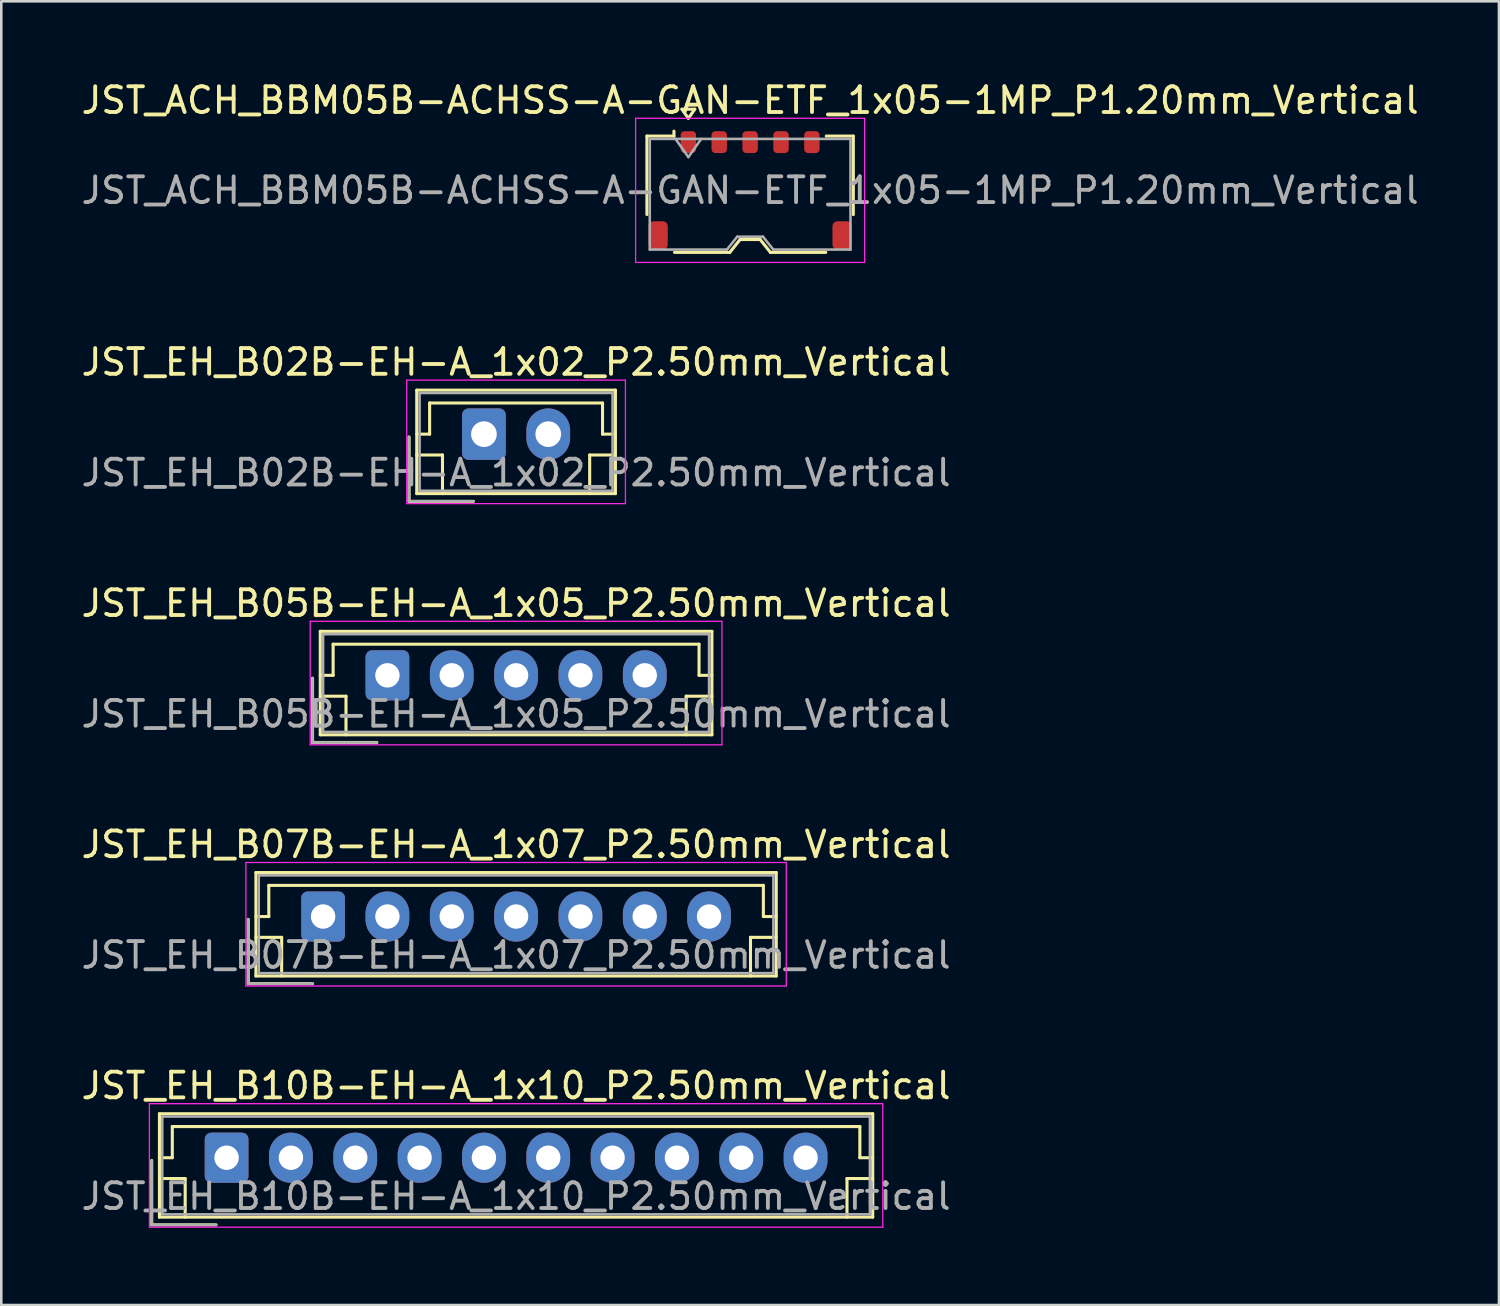
<source format=kicad_pcb>
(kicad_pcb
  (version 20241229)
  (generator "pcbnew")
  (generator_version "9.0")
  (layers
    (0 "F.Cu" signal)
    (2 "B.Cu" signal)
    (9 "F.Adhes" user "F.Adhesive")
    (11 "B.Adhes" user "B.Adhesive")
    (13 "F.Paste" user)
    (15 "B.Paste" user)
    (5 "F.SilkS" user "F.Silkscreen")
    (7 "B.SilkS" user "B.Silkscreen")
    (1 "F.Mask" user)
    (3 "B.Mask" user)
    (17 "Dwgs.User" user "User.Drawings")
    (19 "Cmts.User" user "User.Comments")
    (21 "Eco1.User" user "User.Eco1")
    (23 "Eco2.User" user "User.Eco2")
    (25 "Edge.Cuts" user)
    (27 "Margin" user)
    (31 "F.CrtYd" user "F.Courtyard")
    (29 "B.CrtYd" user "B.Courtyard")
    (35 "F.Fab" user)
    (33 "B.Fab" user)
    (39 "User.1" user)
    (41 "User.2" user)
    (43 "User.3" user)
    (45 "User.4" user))
  (footprint "JST_EH_B05B-EH-A_1x05_P2.50mm_Vertical"
    (layer "F.Cu")
    (at 12.006 23.195)
    (property "Reference" "JST_EH_B05B-EH-A_1x05_P2.50mm_Vertical" (at 5 -2.8 0) (layer "F.SilkS") (effects (font (size 1 1) (thickness 0.15))))
    (attr through_hole)
    (fp_line (start -2.91 0.11) (end -2.91 2.61) (stroke (width 0.12) (type solid)) (layer "F.SilkS"))
    (fp_line (start -2.91 2.61) (end -0.41 2.61) (stroke (width 0.12) (type solid)) (layer "F.SilkS"))
    (fp_line (start -2.61 -1.71) (end -2.61 2.31) (stroke (width 0.12) (type solid)) (layer "F.SilkS"))
    (fp_line (start -2.61 0) (end -2.11 0) (stroke (width 0.12) (type solid)) (layer "F.SilkS"))
    (fp_line (start -2.61 0.81) (end -1.61 0.81) (stroke (width 0.12) (type solid)) (layer "F.SilkS"))
    (fp_line (start -2.61 2.31) (end 12.61 2.31) (stroke (width 0.12) (type solid)) (layer "F.SilkS"))
    (fp_line (start -2.11 -1.21) (end 12.11 -1.21) (stroke (width 0.12) (type solid)) (layer "F.SilkS"))
    (fp_line (start -2.11 0) (end -2.11 -1.21) (stroke (width 0.12) (type solid)) (layer "F.SilkS"))
    (fp_line (start -1.61 0.81) (end -1.61 2.31) (stroke (width 0.12) (type solid)) (layer "F.SilkS"))
    (fp_line (start 11.61 0.81) (end 11.61 2.31) (stroke (width 0.12) (type solid)) (layer "F.SilkS"))
    (fp_line (start 12.11 -1.21) (end 12.11 0) (stroke (width 0.12) (type solid)) (layer "F.SilkS"))
    (fp_line (start 12.11 0) (end 12.61 0) (stroke (width 0.12) (type solid)) (layer "F.SilkS"))
    (fp_line (start 12.61 -1.71) (end -2.61 -1.71) (stroke (width 0.12) (type solid)) (layer "F.SilkS"))
    (fp_line (start 12.61 0.81) (end 11.61 0.81) (stroke (width 0.12) (type solid)) (layer "F.SilkS"))
    (fp_line (start 12.61 2.31) (end 12.61 -1.71) (stroke (width 0.12) (type solid)) (layer "F.SilkS"))
    (fp_line (start -3 -2.1) (end -3 2.7) (stroke (width 0.05) (type solid)) (layer "F.CrtYd"))
    (fp_line (start -3 2.7) (end 13 2.7) (stroke (width 0.05) (type solid)) (layer "F.CrtYd"))
    (fp_line (start 13 -2.1) (end -3 -2.1) (stroke (width 0.05) (type solid)) (layer "F.CrtYd"))
    (fp_line (start 13 2.7) (end 13 -2.1) (stroke (width 0.05) (type solid)) (layer "F.CrtYd"))
    (fp_line (start -2.91 0.11) (end -2.91 2.61) (stroke (width 0.1) (type solid)) (layer "F.Fab"))
    (fp_line (start -2.91 2.61) (end -0.41 2.61) (stroke (width 0.1) (type solid)) (layer "F.Fab"))
    (fp_line (start -2.5 -1.6) (end -2.5 2.2) (stroke (width 0.1) (type solid)) (layer "F.Fab"))
    (fp_line (start -2.5 2.2) (end 12.5 2.2) (stroke (width 0.1) (type solid)) (layer "F.Fab"))
    (fp_line (start 12.5 -1.6) (end -2.5 -1.6) (stroke (width 0.1) (type solid)) (layer "F.Fab"))
    (fp_line (start 12.5 2.2) (end 12.5 -1.6) (stroke (width 0.1) (type solid)) (layer "F.Fab"))
    (fp_text user "${REFERENCE}" (at 5 1.5 0) (layer "F.Fab") (effects (font (size 1 1) (thickness 0.15))))
    (pad "1" thru_hole roundrect (at 0 0) (size 1.7 1.95) (drill 0.95) (layers "*.Cu" "*.Mask") (roundrect_rratio 0.147))
    (pad "2" thru_hole oval (at 2.5 0) (size 1.7 1.95) (drill 0.95) (layers "*.Cu" "*.Mask"))
    (pad "3" thru_hole oval (at 5 0) (size 1.7 1.95) (drill 0.95) (layers "*.Cu" "*.Mask"))
    (pad "4" thru_hole oval (at 7.5 0) (size 1.7 1.95) (drill 0.95) (layers "*.Cu" "*.Mask"))
    (pad "5" thru_hole oval (at 10 0) (size 1.7 1.95) (drill 0.95) (layers "*.Cu" "*.Mask")))
  (footprint "JST_EH_B07B-EH-A_1x07_P2.50mm_Vertical"
    (layer "F.Cu")
    (at 9.506 32.568)
    (property "Reference" "JST_EH_B07B-EH-A_1x07_P2.50mm_Vertical" (at 7.5 -2.8 0) (layer "F.SilkS") (effects (font (size 1 1) (thickness 0.15))))
    (attr through_hole)
    (fp_line (start -2.91 0.11) (end -2.91 2.61) (stroke (width 0.12) (type solid)) (layer "F.SilkS"))
    (fp_line (start -2.91 2.61) (end -0.41 2.61) (stroke (width 0.12) (type solid)) (layer "F.SilkS"))
    (fp_line (start -2.61 -1.71) (end -2.61 2.31) (stroke (width 0.12) (type solid)) (layer "F.SilkS"))
    (fp_line (start -2.61 0) (end -2.11 0) (stroke (width 0.12) (type solid)) (layer "F.SilkS"))
    (fp_line (start -2.61 0.81) (end -1.61 0.81) (stroke (width 0.12) (type solid)) (layer "F.SilkS"))
    (fp_line (start -2.61 2.31) (end 17.61 2.31) (stroke (width 0.12) (type solid)) (layer "F.SilkS"))
    (fp_line (start -2.11 -1.21) (end 17.11 -1.21) (stroke (width 0.12) (type solid)) (layer "F.SilkS"))
    (fp_line (start -2.11 0) (end -2.11 -1.21) (stroke (width 0.12) (type solid)) (layer "F.SilkS"))
    (fp_line (start -1.61 0.81) (end -1.61 2.31) (stroke (width 0.12) (type solid)) (layer "F.SilkS"))
    (fp_line (start 16.61 0.81) (end 16.61 2.31) (stroke (width 0.12) (type solid)) (layer "F.SilkS"))
    (fp_line (start 17.11 -1.21) (end 17.11 0) (stroke (width 0.12) (type solid)) (layer "F.SilkS"))
    (fp_line (start 17.11 0) (end 17.61 0) (stroke (width 0.12) (type solid)) (layer "F.SilkS"))
    (fp_line (start 17.61 -1.71) (end -2.61 -1.71) (stroke (width 0.12) (type solid)) (layer "F.SilkS"))
    (fp_line (start 17.61 0.81) (end 16.61 0.81) (stroke (width 0.12) (type solid)) (layer "F.SilkS"))
    (fp_line (start 17.61 2.31) (end 17.61 -1.71) (stroke (width 0.12) (type solid)) (layer "F.SilkS"))
    (fp_line (start -3 -2.1) (end -3 2.7) (stroke (width 0.05) (type solid)) (layer "F.CrtYd"))
    (fp_line (start -3 2.7) (end 18 2.7) (stroke (width 0.05) (type solid)) (layer "F.CrtYd"))
    (fp_line (start 18 -2.1) (end -3 -2.1) (stroke (width 0.05) (type solid)) (layer "F.CrtYd"))
    (fp_line (start 18 2.7) (end 18 -2.1) (stroke (width 0.05) (type solid)) (layer "F.CrtYd"))
    (fp_line (start -2.91 0.11) (end -2.91 2.61) (stroke (width 0.1) (type solid)) (layer "F.Fab"))
    (fp_line (start -2.91 2.61) (end -0.41 2.61) (stroke (width 0.1) (type solid)) (layer "F.Fab"))
    (fp_line (start -2.5 -1.6) (end -2.5 2.2) (stroke (width 0.1) (type solid)) (layer "F.Fab"))
    (fp_line (start -2.5 2.2) (end 17.5 2.2) (stroke (width 0.1) (type solid)) (layer "F.Fab"))
    (fp_line (start 17.5 -1.6) (end -2.5 -1.6) (stroke (width 0.1) (type solid)) (layer "F.Fab"))
    (fp_line (start 17.5 2.2) (end 17.5 -1.6) (stroke (width 0.1) (type solid)) (layer "F.Fab"))
    (fp_text user "${REFERENCE}" (at 7.5 1.5 0) (layer "F.Fab") (effects (font (size 1 1) (thickness 0.15))))
    (pad "1" thru_hole roundrect (at 0 0) (size 1.7 1.95) (drill 0.95) (layers "*.Cu" "*.Mask") (roundrect_rratio 0.147))
    (pad "2" thru_hole oval (at 2.5 0) (size 1.7 1.95) (drill 0.95) (layers "*.Cu" "*.Mask"))
    (pad "3" thru_hole oval (at 5 0) (size 1.7 1.95) (drill 0.95) (layers "*.Cu" "*.Mask"))
    (pad "4" thru_hole oval (at 7.5 0) (size 1.7 1.95) (drill 0.95) (layers "*.Cu" "*.Mask"))
    (pad "5" thru_hole oval (at 10 0) (size 1.7 1.95) (drill 0.95) (layers "*.Cu" "*.Mask"))
    (pad "6" thru_hole oval (at 12.5 0) (size 1.7 1.95) (drill 0.95) (layers "*.Cu" "*.Mask"))
    (pad "7" thru_hole oval (at 15 0) (size 1.7 1.95) (drill 0.95) (layers "*.Cu" "*.Mask")))
  (footprint "JST_EH_B10B-EH-A_1x10_P2.50mm_Vertical"
    (layer "F.Cu")
    (at 5.756 41.941)
    (property "Reference" "JST_EH_B10B-EH-A_1x10_P2.50mm_Vertical" (at 11.25 -2.8 0) (layer "F.SilkS") (effects (font (size 1 1) (thickness 0.15))))
    (attr through_hole)
    (fp_line (start -2.91 0.11) (end -2.91 2.61) (stroke (width 0.12) (type solid)) (layer "F.SilkS"))
    (fp_line (start -2.91 2.61) (end -0.41 2.61) (stroke (width 0.12) (type solid)) (layer "F.SilkS"))
    (fp_line (start -2.61 -1.71) (end -2.61 2.31) (stroke (width 0.12) (type solid)) (layer "F.SilkS"))
    (fp_line (start -2.61 0) (end -2.11 0) (stroke (width 0.12) (type solid)) (layer "F.SilkS"))
    (fp_line (start -2.61 0.81) (end -1.61 0.81) (stroke (width 0.12) (type solid)) (layer "F.SilkS"))
    (fp_line (start -2.61 2.31) (end 25.11 2.31) (stroke (width 0.12) (type solid)) (layer "F.SilkS"))
    (fp_line (start -2.11 -1.21) (end 24.61 -1.21) (stroke (width 0.12) (type solid)) (layer "F.SilkS"))
    (fp_line (start -2.11 0) (end -2.11 -1.21) (stroke (width 0.12) (type solid)) (layer "F.SilkS"))
    (fp_line (start -1.61 0.81) (end -1.61 2.31) (stroke (width 0.12) (type solid)) (layer "F.SilkS"))
    (fp_line (start 24.11 0.81) (end 24.11 2.31) (stroke (width 0.12) (type solid)) (layer "F.SilkS"))
    (fp_line (start 24.61 -1.21) (end 24.61 0) (stroke (width 0.12) (type solid)) (layer "F.SilkS"))
    (fp_line (start 24.61 0) (end 25.11 0) (stroke (width 0.12) (type solid)) (layer "F.SilkS"))
    (fp_line (start 25.11 -1.71) (end -2.61 -1.71) (stroke (width 0.12) (type solid)) (layer "F.SilkS"))
    (fp_line (start 25.11 0.81) (end 24.11 0.81) (stroke (width 0.12) (type solid)) (layer "F.SilkS"))
    (fp_line (start 25.11 2.31) (end 25.11 -1.71) (stroke (width 0.12) (type solid)) (layer "F.SilkS"))
    (fp_line (start -3 -2.1) (end -3 2.7) (stroke (width 0.05) (type solid)) (layer "F.CrtYd"))
    (fp_line (start -3 2.7) (end 25.5 2.7) (stroke (width 0.05) (type solid)) (layer "F.CrtYd"))
    (fp_line (start 25.5 -2.1) (end -3 -2.1) (stroke (width 0.05) (type solid)) (layer "F.CrtYd"))
    (fp_line (start 25.5 2.7) (end 25.5 -2.1) (stroke (width 0.05) (type solid)) (layer "F.CrtYd"))
    (fp_line (start -2.91 0.11) (end -2.91 2.61) (stroke (width 0.1) (type solid)) (layer "F.Fab"))
    (fp_line (start -2.91 2.61) (end -0.41 2.61) (stroke (width 0.1) (type solid)) (layer "F.Fab"))
    (fp_line (start -2.5 -1.6) (end -2.5 2.2) (stroke (width 0.1) (type solid)) (layer "F.Fab"))
    (fp_line (start -2.5 2.2) (end 25 2.2) (stroke (width 0.1) (type solid)) (layer "F.Fab"))
    (fp_line (start 25 -1.6) (end -2.5 -1.6) (stroke (width 0.1) (type solid)) (layer "F.Fab"))
    (fp_line (start 25 2.2) (end 25 -1.6) (stroke (width 0.1) (type solid)) (layer "F.Fab"))
    (fp_text user "${REFERENCE}" (at 11.25 1.5 0) (layer "F.Fab") (effects (font (size 1 1) (thickness 0.15))))
    (pad "1" thru_hole roundrect (at 0 0) (size 1.7 1.95) (drill 0.95) (layers "*.Cu" "*.Mask") (roundrect_rratio 0.147))
    (pad "2" thru_hole oval (at 2.5 0) (size 1.7 1.95) (drill 0.95) (layers "*.Cu" "*.Mask"))
    (pad "3" thru_hole oval (at 5 0) (size 1.7 1.95) (drill 0.95) (layers "*.Cu" "*.Mask"))
    (pad "4" thru_hole oval (at 7.5 0) (size 1.7 1.95) (drill 0.95) (layers "*.Cu" "*.Mask"))
    (pad "5" thru_hole oval (at 10 0) (size 1.7 1.95) (drill 0.95) (layers "*.Cu" "*.Mask"))
    (pad "6" thru_hole oval (at 12.5 0) (size 1.7 1.95) (drill 0.95) (layers "*.Cu" "*.Mask"))
    (pad "7" thru_hole oval (at 15 0) (size 1.7 1.95) (drill 0.95) (layers "*.Cu" "*.Mask"))
    (pad "8" thru_hole oval (at 17.5 0) (size 1.7 1.95) (drill 0.95) (layers "*.Cu" "*.Mask"))
    (pad "9" thru_hole oval (at 20 0) (size 1.7 1.95) (drill 0.95) (layers "*.Cu" "*.Mask"))
    (pad "10" thru_hole oval (at 22.5 0) (size 1.7 1.95) (drill 0.95) (layers "*.Cu" "*.Mask")))
  (footprint "JST_EH_B02B-EH-A_1x02_P2.50mm_Vertical"
    (layer "F.Cu")
    (at 15.756 13.822)
    (property "Reference" "JST_EH_B02B-EH-A_1x02_P2.50mm_Vertical" (at 1.25 -2.8 0) (layer "F.SilkS") (effects (font (size 1 1) (thickness 0.15))))
    (attr through_hole)
    (fp_line (start -2.91 0.11) (end -2.91 2.61) (stroke (width 0.12) (type solid)) (layer "F.SilkS"))
    (fp_line (start -2.91 2.61) (end -0.41 2.61) (stroke (width 0.12) (type solid)) (layer "F.SilkS"))
    (fp_line (start -2.61 -1.71) (end -2.61 2.31) (stroke (width 0.12) (type solid)) (layer "F.SilkS"))
    (fp_line (start -2.61 0) (end -2.11 0) (stroke (width 0.12) (type solid)) (layer "F.SilkS"))
    (fp_line (start -2.61 0.81) (end -1.61 0.81) (stroke (width 0.12) (type solid)) (layer "F.SilkS"))
    (fp_line (start -2.61 2.31) (end 5.11 2.31) (stroke (width 0.12) (type solid)) (layer "F.SilkS"))
    (fp_line (start -2.11 -1.21) (end 4.61 -1.21) (stroke (width 0.12) (type solid)) (layer "F.SilkS"))
    (fp_line (start -2.11 0) (end -2.11 -1.21) (stroke (width 0.12) (type solid)) (layer "F.SilkS"))
    (fp_line (start -1.61 0.81) (end -1.61 2.31) (stroke (width 0.12) (type solid)) (layer "F.SilkS"))
    (fp_line (start 4.11 0.81) (end 4.11 2.31) (stroke (width 0.12) (type solid)) (layer "F.SilkS"))
    (fp_line (start 4.61 -1.21) (end 4.61 0) (stroke (width 0.12) (type solid)) (layer "F.SilkS"))
    (fp_line (start 4.61 0) (end 5.11 0) (stroke (width 0.12) (type solid)) (layer "F.SilkS"))
    (fp_line (start 5.11 -1.71) (end -2.61 -1.71) (stroke (width 0.12) (type solid)) (layer "F.SilkS"))
    (fp_line (start 5.11 0.81) (end 4.11 0.81) (stroke (width 0.12) (type solid)) (layer "F.SilkS"))
    (fp_line (start 5.11 2.31) (end 5.11 -1.71) (stroke (width 0.12) (type solid)) (layer "F.SilkS"))
    (fp_line (start -3 -2.1) (end -3 2.7) (stroke (width 0.05) (type solid)) (layer "F.CrtYd"))
    (fp_line (start -3 2.7) (end 5.5 2.7) (stroke (width 0.05) (type solid)) (layer "F.CrtYd"))
    (fp_line (start 5.5 -2.1) (end -3 -2.1) (stroke (width 0.05) (type solid)) (layer "F.CrtYd"))
    (fp_line (start 5.5 2.7) (end 5.5 -2.1) (stroke (width 0.05) (type solid)) (layer "F.CrtYd"))
    (fp_line (start -2.91 0.11) (end -2.91 2.61) (stroke (width 0.1) (type solid)) (layer "F.Fab"))
    (fp_line (start -2.91 2.61) (end -0.41 2.61) (stroke (width 0.1) (type solid)) (layer "F.Fab"))
    (fp_line (start -2.5 -1.6) (end -2.5 2.2) (stroke (width 0.1) (type solid)) (layer "F.Fab"))
    (fp_line (start -2.5 2.2) (end 5 2.2) (stroke (width 0.1) (type solid)) (layer "F.Fab"))
    (fp_line (start 5 -1.6) (end -2.5 -1.6) (stroke (width 0.1) (type solid)) (layer "F.Fab"))
    (fp_line (start 5 2.2) (end 5 -1.6) (stroke (width 0.1) (type solid)) (layer "F.Fab"))
    (fp_text user "${REFERENCE}" (at 1.25 1.5 0) (layer "F.Fab") (effects (font (size 1 1) (thickness 0.15))))
    (pad "1" thru_hole roundrect (at 0 0) (size 1.7 2) (drill 1) (layers "*.Cu" "*.Mask") (roundrect_rratio 0.147))
    (pad "2" thru_hole oval (at 2.5 0) (size 1.7 2) (drill 1) (layers "*.Cu" "*.Mask")))
  (footprint "JST_ACH_BBM05B-ACHSS-A-GAN-ETF_1x05-1MP_P1.20mm_Vertical"
    (layer "F.Cu")
    (at 26.101 4.348)
    (property "Reference" "JST_ACH_BBM05B-ACHSS-A-GAN-ETF_1x05-1MP_P1.20mm_Vertical" (at 0 -3.5 0) (layer "F.SilkS") (effects (font (size 1 1) (thickness 0.15))))
    (attr smd)
    (fp_line (start -4.01 -2.11) (end -2.96 -2.11) (stroke (width 0.12) (type solid)) (layer "F.SilkS"))
    (fp_line (start -4.01 0.94) (end -4.01 -2.11) (stroke (width 0.12) (type solid)) (layer "F.SilkS"))
    (fp_line (start -2.96 -2.11) (end -2.96 -2.3) (stroke (width 0.12) (type solid)) (layer "F.SilkS"))
    (fp_line (start -2.94 2.41) (end -0.79 2.41) (stroke (width 0.12) (type solid)) (layer "F.SilkS"))
    (fp_line (start -2.65 -3.154) (end -2.4 -2.8) (stroke (width 0.12) (type solid)) (layer "F.SilkS"))
    (fp_line (start -2.4 -2.8) (end -2.15 -3.154) (stroke (width 0.12) (type solid)) (layer "F.SilkS"))
    (fp_line (start -2.15 -3.154) (end -2.65 -3.154) (stroke (width 0.12) (type solid)) (layer "F.SilkS"))
    (fp_line (start -0.79 2.41) (end -0.39 1.91) (stroke (width 0.12) (type solid)) (layer "F.SilkS"))
    (fp_line (start -0.39 1.91) (end 0.39 1.91) (stroke (width 0.12) (type solid)) (layer "F.SilkS"))
    (fp_line (start 0.39 1.91) (end 0.79 2.41) (stroke (width 0.12) (type solid)) (layer "F.SilkS"))
    (fp_line (start 0.79 2.41) (end 2.94 2.41) (stroke (width 0.12) (type solid)) (layer "F.SilkS"))
    (fp_line (start 4.01 -2.11) (end 2.96 -2.11) (stroke (width 0.12) (type solid)) (layer "F.SilkS"))
    (fp_line (start 4.01 0.94) (end 4.01 -2.11) (stroke (width 0.12) (type solid)) (layer "F.SilkS"))
    (fp_line (start -4.45 -2.8) (end -4.45 2.8) (stroke (width 0.05) (type solid)) (layer "F.CrtYd"))
    (fp_line (start -4.45 2.8) (end 4.45 2.8) (stroke (width 0.05) (type solid)) (layer "F.CrtYd"))
    (fp_line (start 4.45 -2.8) (end -4.45 -2.8) (stroke (width 0.05) (type solid)) (layer "F.CrtYd"))
    (fp_line (start 4.45 2.8) (end 4.45 -2.8) (stroke (width 0.05) (type solid)) (layer "F.CrtYd"))
    (fp_line (start -3.9 -2) (end -3.9 2.3) (stroke (width 0.1) (type solid)) (layer "F.Fab"))
    (fp_line (start -3.9 -2) (end 3.9 -2) (stroke (width 0.1) (type solid)) (layer "F.Fab"))
    (fp_line (start -3.9 2.3) (end -0.9 2.3) (stroke (width 0.1) (type solid)) (layer "F.Fab"))
    (fp_line (start -2.9 -2) (end -2.4 -1.293) (stroke (width 0.1) (type solid)) (layer "F.Fab"))
    (fp_line (start -2.4 -1.293) (end -1.9 -2) (stroke (width 0.1) (type solid)) (layer "F.Fab"))
    (fp_line (start -0.9 2.3) (end -0.5 1.8) (stroke (width 0.1) (type solid)) (layer "F.Fab"))
    (fp_line (start -0.5 1.8) (end 0.5 1.8) (stroke (width 0.1) (type solid)) (layer "F.Fab"))
    (fp_line (start 0.5 1.8) (end 0.9 2.3) (stroke (width 0.1) (type solid)) (layer "F.Fab"))
    (fp_line (start 0.9 2.3) (end 3.9 2.3) (stroke (width 0.1) (type solid)) (layer "F.Fab"))
    (fp_line (start 3.9 -2) (end 3.9 2.3) (stroke (width 0.1) (type solid)) (layer "F.Fab"))
    (fp_text user "${REFERENCE}" (at 0 0 0) (layer "F.Fab") (effects (font (size 1 1) (thickness 0.15))))
    (pad "1" smd roundrect (at -2.4 -1.875) (size 0.6 0.85) (layers "F.Cu" "F.Mask" "F.Paste") (roundrect_rratio 0.25))
    (pad "2" smd roundrect (at -1.2 -1.875) (size 0.6 0.85) (layers "F.Cu" "F.Mask" "F.Paste") (roundrect_rratio 0.25))
    (pad "3" smd roundrect (at 0 -1.875) (size 0.6 0.85) (layers "F.Cu" "F.Mask" "F.Paste") (roundrect_rratio 0.25))
    (pad "4" smd roundrect (at 1.2 -1.875) (size 0.6 0.85) (layers "F.Cu" "F.Mask" "F.Paste") (roundrect_rratio 0.25))
    (pad "5" smd roundrect (at 2.4 -1.875) (size 0.6 0.85) (layers "F.Cu" "F.Mask" "F.Paste") (roundrect_rratio 0.25))
    (pad "MP" smd roundrect (at -3.575 1.75) (size 0.75 1.1) (layers "F.Cu" "F.Mask" "F.Paste") (roundrect_rratio 0.25))
    (pad "MP" smd roundrect (at 3.575 1.75) (size 0.75 1.1) (layers "F.Cu" "F.Mask" "F.Paste") (roundrect_rratio 0.25)))
  (gr_rect
    (start -3 -3)
    (end 55.202 47.666)
    (stroke (width 0.1) (type default))
    (fill no)
    (layer "Edge.Cuts")))
</source>
